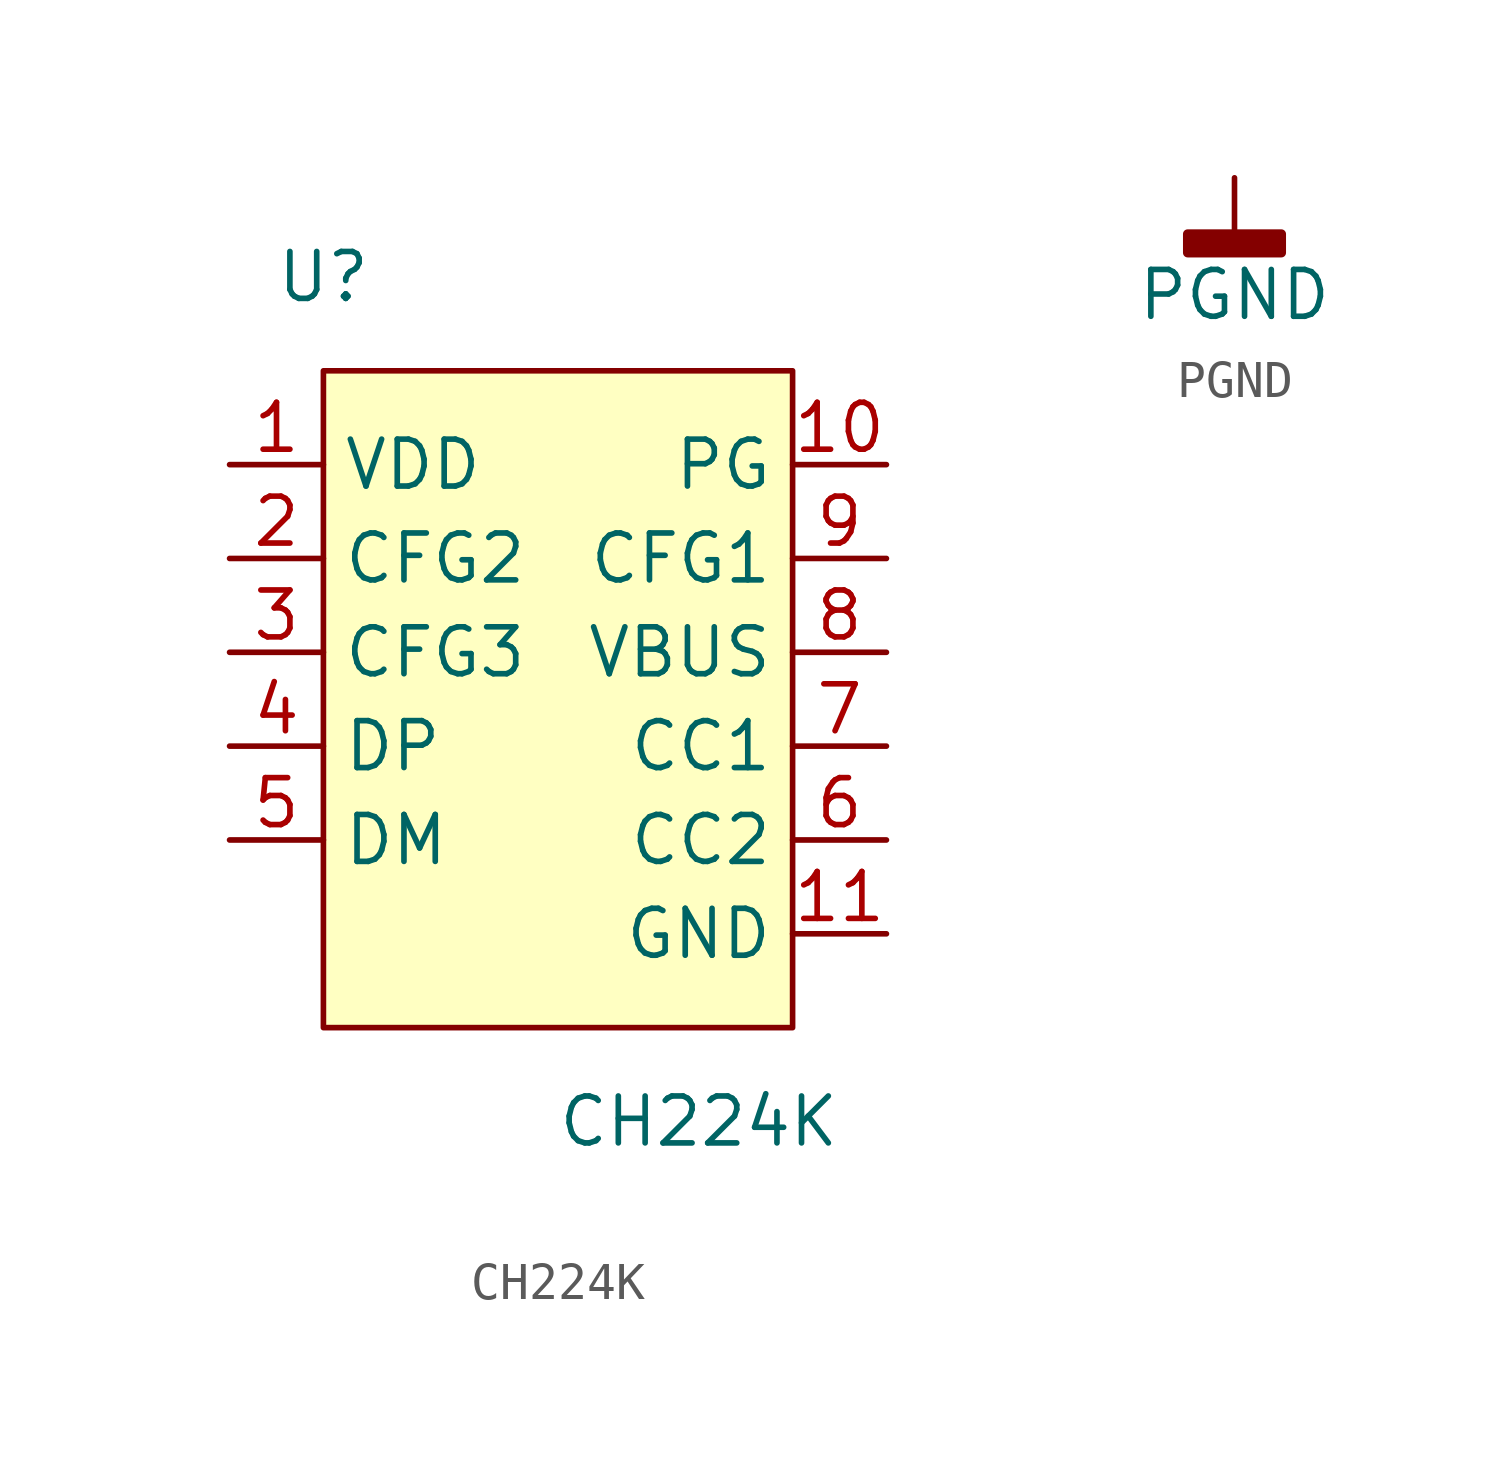
<source format=kicad_sym>
(kicad_symbol_lib
  (version 20231120)
  (generator "kicad_symbol_editor")
  (generator_version "8.0")
  (symbol "CH224K"
    (property "Reference" "U"
      (at -5.08 10.16 0)
      (effects (font (size 1.27 1.27))))
    (property "Value" "CH224K"
      (at 5.08 -12.7 0)
      (effects (font (size 1.27 1.27))))
    (symbol "CH224K_1_1"
      (rectangle (start -5.08 7.62) (end 7.62 -10.16) (stroke (width 0) (type default)) (fill (type background)))
      (pin input line (at -7.62 5.08 0) (length 2.54) (name "VDD" (effects (font (size 1.27 1.27)))) (number "1" (effects (font (size 1.27 1.27)))))
      (pin input line (at 10.16 5.08 180) (length 2.54) (name "PG" (effects (font (size 1.27 1.27)))) (number "10" (effects (font (size 1.27 1.27)))))
      (pin input line (at 10.16 -7.62 180) (length 2.54) (name "GND" (effects (font (size 1.27 1.27)))) (number "11" (effects (font (size 1.27 1.27)))))
      (pin input line (at -7.62 2.54 0) (length 2.54) (name "CFG2" (effects (font (size 1.27 1.27)))) (number "2" (effects (font (size 1.27 1.27)))))
      (pin input line (at -7.62 0 0) (length 2.54) (name "CFG3" (effects (font (size 1.27 1.27)))) (number "3" (effects (font (size 1.27 1.27)))))
      (pin input line (at -7.62 -2.54 0) (length 2.54) (name "DP" (effects (font (size 1.27 1.27)))) (number "4" (effects (font (size 1.27 1.27)))))
      (pin input line (at -7.62 -5.08 0) (length 2.54) (name "DM" (effects (font (size 1.27 1.27)))) (number "5" (effects (font (size 1.27 1.27)))))
      (pin input line (at 10.16 -5.08 180) (length 2.54) (name "CC2" (effects (font (size 1.27 1.27)))) (number "6" (effects (font (size 1.27 1.27)))))
      (pin input line (at 10.16 -2.54 180) (length 2.54) (name "CC1" (effects (font (size 1.27 1.27)))) (number "7" (effects (font (size 1.27 1.27)))))
      (pin input line (at 10.16 0 180) (length 2.54) (name "VBUS" (effects (font (size 1.27 1.27)))) (number "8" (effects (font (size 1.27 1.27)))))
      (pin input line (at 10.16 2.54 180) (length 2.54) (name "CFG1" (effects (font (size 1.27 1.27)))) (number "9" (effects (font (size 1.27 1.27)))))))
  (symbol "PGND"
    (power)
    (pin_names
      (offset 0))
    (property "Reference" "#PWR"
      (at 0 -6.35 0)
      (effects (font (size 1.27 1.27)) (hide yes)))
    (property "Value" "PGND"
      (at 0 -3.175 0)
      (effects (font (size 1.27 1.27))))
    (symbol "PGND_0_1"
      (rectangle (start -1.27 -1.524) (end 1.27 -2.032) (stroke (width 0.254) (type default)) (fill (type outline)))
      (polyline (pts (xy 0 0) (xy 0 -1.524)) (stroke (width 0) (type default)) (fill (type none))))
    (symbol "PGND_1_1"
      (pin power_in line (at 0 0 270) (length 0) hide (name "PGND" (effects (font (size 1.27 1.27)))) (number "1" (effects (font (size 1.27 1.27))))))))
</source>
